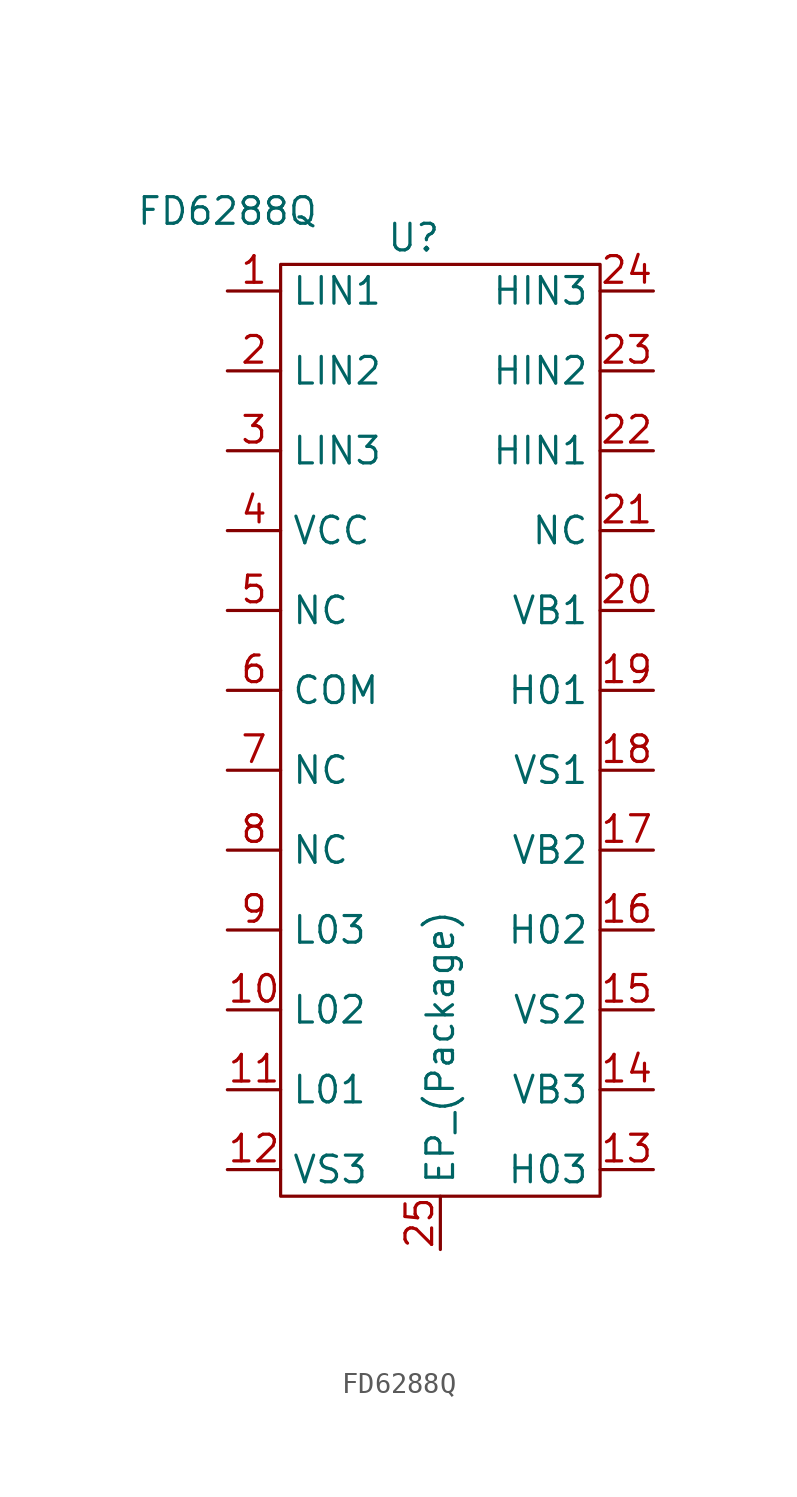
<source format=kicad_sym>
(kicad_symbol_lib
  (version 20220914)
  (generator kicad_symbol_editor)
  (symbol "FD6288Q"
    (property "Reference" "U"
      (at -1.27 21.59 0)
      (effects (font (size 1.27 1.27))))
    (property "Value" "FD6288Q"
      (at -10.16 22.86 0)
      (effects (font (size 1.27 1.27))))
    (symbol "FD6288Q_0_1"
      (rectangle (start -7.62 20.32) (end 7.62 -24.13) (stroke (width 0) (type default)) (fill (type none))))
    (symbol "FD6288Q_1_1"
      (pin input line (at -10.16 19.05 0) (length 2.54) (name "LIN1" (effects (font (size 1.27 1.27)))) (number "1" (effects (font (size 1.27 1.27)))))
      (pin input line (at -10.16 -15.24 0) (length 2.54) (name "L02" (effects (font (size 1.27 1.27)))) (number "10" (effects (font (size 1.27 1.27)))))
      (pin input line (at -10.16 -19.05 0) (length 2.54) (name "L01" (effects (font (size 1.27 1.27)))) (number "11" (effects (font (size 1.27 1.27)))))
      (pin input line (at -10.16 -22.86 0) (length 2.54) (name "VS3" (effects (font (size 1.27 1.27)))) (number "12" (effects (font (size 1.27 1.27)))))
      (pin input line (at 10.16 -22.86 180) (length 2.54) (name "H03" (effects (font (size 1.27 1.27)))) (number "13" (effects (font (size 1.27 1.27)))))
      (pin input line (at 10.16 -19.05 180) (length 2.54) (name "VB3" (effects (font (size 1.27 1.27)))) (number "14" (effects (font (size 1.27 1.27)))))
      (pin input line (at 10.16 -15.24 180) (length 2.54) (name "VS2" (effects (font (size 1.27 1.27)))) (number "15" (effects (font (size 1.27 1.27)))))
      (pin input line (at 10.16 -11.43 180) (length 2.54) (name "H02" (effects (font (size 1.27 1.27)))) (number "16" (effects (font (size 1.27 1.27)))))
      (pin input line (at 10.16 -7.62 180) (length 2.54) (name "VB2" (effects (font (size 1.27 1.27)))) (number "17" (effects (font (size 1.27 1.27)))))
      (pin input line (at 10.16 -3.81 180) (length 2.54) (name "VS1" (effects (font (size 1.27 1.27)))) (number "18" (effects (font (size 1.27 1.27)))))
      (pin input line (at 10.16 0 180) (length 2.54) (name "H01" (effects (font (size 1.27 1.27)))) (number "19" (effects (font (size 1.27 1.27)))))
      (pin input line (at -10.16 15.24 0) (length 2.54) (name "LIN2" (effects (font (size 1.27 1.27)))) (number "2" (effects (font (size 1.27 1.27)))))
      (pin input line (at 10.16 3.81 180) (length 2.54) (name "VB1" (effects (font (size 1.27 1.27)))) (number "20" (effects (font (size 1.27 1.27)))))
      (pin input line (at 10.16 7.62 180) (length 2.54) (name "NC" (effects (font (size 1.27 1.27)))) (number "21" (effects (font (size 1.27 1.27)))))
      (pin input line (at 10.16 11.43 180) (length 2.54) (name "HIN1" (effects (font (size 1.27 1.27)))) (number "22" (effects (font (size 1.27 1.27)))))
      (pin input line (at 10.16 15.24 180) (length 2.54) (name "HIN2" (effects (font (size 1.27 1.27)))) (number "23" (effects (font (size 1.27 1.27)))))
      (pin input line (at 10.16 19.05 180) (length 2.54) (name "HIN3" (effects (font (size 1.27 1.27)))) (number "24" (effects (font (size 1.27 1.27)))))
      (pin input line (at 0 -26.67 90) (length 2.54) (name "EP_(Package)" (effects (font (size 1.27 1.27)))) (number "25" (effects (font (size 1.27 1.27)))))
      (pin input line (at -10.16 11.43 0) (length 2.54) (name "LIN3" (effects (font (size 1.27 1.27)))) (number "3" (effects (font (size 1.27 1.27)))))
      (pin input line (at -10.16 7.62 0) (length 2.54) (name "VCC" (effects (font (size 1.27 1.27)))) (number "4" (effects (font (size 1.27 1.27)))))
      (pin input line (at -10.16 3.81 0) (length 2.54) (name "NC" (effects (font (size 1.27 1.27)))) (number "5" (effects (font (size 1.27 1.27)))))
      (pin input line (at -10.16 0 0) (length 2.54) (name "COM" (effects (font (size 1.27 1.27)))) (number "6" (effects (font (size 1.27 1.27)))))
      (pin input line (at -10.16 -3.81 0) (length 2.54) (name "NC" (effects (font (size 1.27 1.27)))) (number "7" (effects (font (size 1.27 1.27)))))
      (pin input line (at -10.16 -7.62 0) (length 2.54) (name "NC" (effects (font (size 1.27 1.27)))) (number "8" (effects (font (size 1.27 1.27)))))
      (pin input line (at -10.16 -11.43 0) (length 2.54) (name "L03" (effects (font (size 1.27 1.27)))) (number "9" (effects (font (size 1.27 1.27))))))))
</source>
